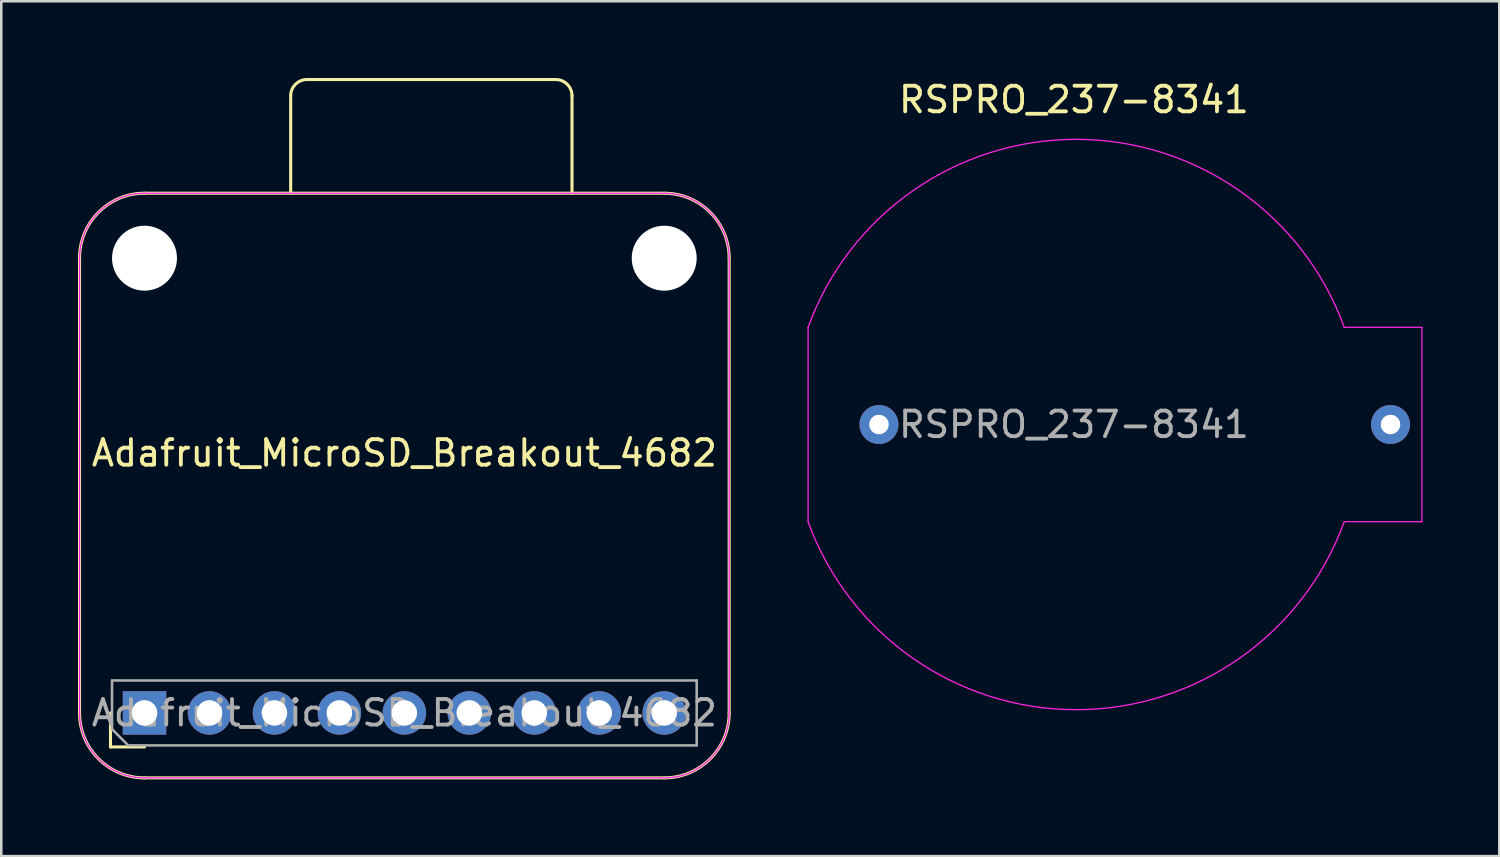
<source format=kicad_pcb>
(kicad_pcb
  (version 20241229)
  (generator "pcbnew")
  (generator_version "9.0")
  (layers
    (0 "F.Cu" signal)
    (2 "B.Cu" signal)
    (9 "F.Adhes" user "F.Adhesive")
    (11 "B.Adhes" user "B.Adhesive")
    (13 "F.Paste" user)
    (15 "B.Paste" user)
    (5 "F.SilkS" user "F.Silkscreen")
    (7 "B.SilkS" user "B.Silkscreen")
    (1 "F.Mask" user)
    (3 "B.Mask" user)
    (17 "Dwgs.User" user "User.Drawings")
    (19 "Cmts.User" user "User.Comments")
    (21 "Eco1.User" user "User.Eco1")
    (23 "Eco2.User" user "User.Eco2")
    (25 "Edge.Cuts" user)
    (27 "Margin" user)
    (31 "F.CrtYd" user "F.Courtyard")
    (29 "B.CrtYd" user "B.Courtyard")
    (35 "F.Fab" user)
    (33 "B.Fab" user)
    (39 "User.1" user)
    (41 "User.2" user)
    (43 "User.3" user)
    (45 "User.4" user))
  (footprint "Adafruit_MicroSD_Breakout_4682"
    (layer "F.Cu")
    (at 2.6 24.825)
    (property "Reference" "Adafruit_MicroSD_Breakout_4682" (at 10.16 -10.16 180) (layer "F.SilkS") (effects (font (size 1 1) (thickness 0.15))))
    (attr through_hole)
    (fp_line (start -2.54 -17.78) (end -2.54 0) (stroke (width 0.12) (type default)) (layer "F.SilkS"))
    (fp_line (start -1.33 1.33) (end -1.33 0) (stroke (width 0.12) (type solid)) (layer "F.SilkS"))
    (fp_line (start 0 1.33) (end -1.33 1.33) (stroke (width 0.12) (type solid)) (layer "F.SilkS"))
    (fp_line (start 0 2.54) (end 20.32 2.54) (stroke (width 0.12) (type default)) (layer "F.SilkS"))
    (fp_line (start 5.715 -20.32) (end 5.715 -24.13) (stroke (width 0.12) (type default)) (layer "F.SilkS"))
    (fp_line (start 6.35 -24.765) (end 16.08 -24.765) (stroke (width 0.12) (type default)) (layer "F.SilkS"))
    (fp_line (start 16.715 -24.13) (end 16.715 -20.32) (stroke (width 0.12) (type default)) (layer "F.SilkS"))
    (fp_line (start 20.32 -20.32) (end 0 -20.32) (stroke (width 0.12) (type default)) (layer "F.SilkS"))
    (fp_line (start 22.86 0) (end 22.86 -17.78) (stroke (width 0.12) (type default)) (layer "F.SilkS"))
    (fp_arc (start -2.54 -17.78) (mid -1.796051 -19.576051) (end 0 -20.32) (stroke (width 0.12) (type default)) (layer "F.SilkS"))
    (fp_arc (start 0 2.54) (mid -1.796051 1.796051) (end -2.54 0) (stroke (width 0.12) (type default)) (layer "F.SilkS"))
    (fp_arc (start 5.715 -24.13) (mid 5.900987 -24.579012) (end 6.35 -24.765) (stroke (width 0.12) (type default)) (layer "F.SilkS"))
    (fp_arc (start 16.08 -24.765) (mid 16.529012 -24.579013) (end 16.715 -24.13) (stroke (width 0.12) (type default)) (layer "F.SilkS"))
    (fp_arc (start 20.32 -20.32) (mid 22.116051 -19.576051) (end 22.86 -17.78) (stroke (width 0.12) (type default)) (layer "F.SilkS"))
    (fp_arc (start 22.86 0) (mid 22.116051 1.796051) (end 20.32 2.54) (stroke (width 0.12) (type default)) (layer "F.SilkS"))
    (fp_line (start -2.54 -17.78) (end -2.54 0) (stroke (width 0.05) (type solid)) (layer "F.CrtYd"))
    (fp_line (start 0 2.54) (end 20.32 2.54) (stroke (width 0.05) (type solid)) (layer "F.CrtYd"))
    (fp_line (start 20.32 -20.32) (end 0 -20.32) (stroke (width 0.05) (type solid)) (layer "F.CrtYd"))
    (fp_line (start 22.86 0) (end 22.86 -17.78) (stroke (width 0.05) (type solid)) (layer "F.CrtYd"))
    (fp_arc (start -2.54 -17.78) (mid -1.796051 -19.576051) (end 0 -20.32) (stroke (width 0.05) (type default)) (layer "F.CrtYd"))
    (fp_arc (start 0 2.54) (mid -1.796051 1.796051) (end -2.54 0) (stroke (width 0.05) (type default)) (layer "F.CrtYd"))
    (fp_arc (start 20.32 -20.32) (mid 22.116051 -19.576051) (end 22.86 -17.78) (stroke (width 0.05) (type default)) (layer "F.CrtYd"))
    (fp_arc (start 22.86 0) (mid 22.116051 1.796051) (end 20.32 2.54) (stroke (width 0.05) (type default)) (layer "F.CrtYd"))
    (fp_line (start -1.27 -1.27) (end 21.59 -1.27) (stroke (width 0.1) (type solid)) (layer "F.Fab"))
    (fp_line (start -1.27 0.635) (end -1.27 -1.27) (stroke (width 0.1) (type solid)) (layer "F.Fab"))
    (fp_line (start -0.635 1.27) (end -1.27 0.635) (stroke (width 0.1) (type solid)) (layer "F.Fab"))
    (fp_line (start 21.59 -1.27) (end 21.59 1.27) (stroke (width 0.1) (type solid)) (layer "F.Fab"))
    (fp_line (start 21.59 1.27) (end -0.635 1.27) (stroke (width 0.1) (type solid)) (layer "F.Fab"))
    (fp_text user "${REFERENCE}" (at 10.16 0 180) (layer "F.Fab") (effects (font (size 1 1) (thickness 0.15))))
    (pad "" np_thru_hole circle (at 0 -17.78) (size 2.54 2.54) (drill 2.54) (layers "*.Cu" "*.Mask"))
    (pad "" np_thru_hole circle (at 20.32 -17.78) (size 2.54 2.54) (drill 2.54) (layers "*.Cu" "*.Mask"))
    (pad "1" thru_hole rect (at 0 0 90) (size 1.7 1.7) (drill 1) (layers "*.Cu" "*.Mask"))
    (pad "2" thru_hole oval (at 2.54 0 90) (size 1.7 1.7) (drill 1) (layers "*.Cu" "*.Mask"))
    (pad "3" thru_hole oval (at 5.08 0 90) (size 1.7 1.7) (drill 1) (layers "*.Cu" "*.Mask"))
    (pad "4" thru_hole oval (at 7.62 0 90) (size 1.7 1.7) (drill 1) (layers "*.Cu" "*.Mask"))
    (pad "5" thru_hole oval (at 10.16 0 90) (size 1.7 1.7) (drill 1) (layers "*.Cu" "*.Mask"))
    (pad "6" thru_hole oval (at 12.7 0 90) (size 1.7 1.7) (drill 1) (layers "*.Cu" "*.Mask"))
    (pad "7" thru_hole oval (at 15.24 0 90) (size 1.7 1.7) (drill 1) (layers "*.Cu" "*.Mask"))
    (pad "8" thru_hole oval (at 17.78 0 90) (size 1.7 1.7) (drill 1) (layers "*.Cu" "*.Mask"))
    (pad "9" thru_hole oval (at 20.32 0 90) (size 1.7 1.7) (drill 1) (layers "*.Cu" "*.Mask")))
  (footprint "RSPRO_237-8341"
    (layer "F.Cu")
    (at 51.317 13.548)
    (property "Reference" "RSPRO_237-8341" (at -12.38 -12.7 0) (unlocked yes) (layer "F.SilkS") (effects (font (size 1 1) (thickness 0.15))))
    (attr through_hole)
    (fp_line (start -22.772 -3.8) (end -22.772 3.8) (stroke (width 0.05) (type default)) (layer "F.CrtYd"))
    (fp_line (start -1.808 -3.8) (end 1.228 -3.8) (stroke (width 0.05) (type default)) (layer "F.CrtYd"))
    (fp_line (start 1.228 3.8) (end -1.808 3.8) (stroke (width 0.05) (type default)) (layer "F.CrtYd"))
    (fp_line (start 1.228 3.8) (end 1.228 -3.8) (stroke (width 0.05) (type default)) (layer "F.CrtYd"))
    (fp_arc (start -22.772 -3.8) (mid -12.29 -11.149668) (end -1.808 -3.8) (stroke (width 0.05) (type default)) (layer "F.CrtYd"))
    (fp_arc (start -1.808 3.8) (mid -12.29 11.149668) (end -22.772 3.8) (stroke (width 0.05) (type default)) (layer "F.CrtYd"))
    (fp_text user "${REFERENCE}" (at -12.38 0 0) (unlocked yes) (layer "F.Fab") (effects (font (size 1 1) (thickness 0.15))))
    (pad "1" thru_hole circle (at 0 0) (size 1.524 1.524) (drill 0.762) (layers "*.Cu" "*.Mask"))
    (pad "2" thru_hole circle (at -20 0) (size 1.524 1.524) (drill 0.762) (layers "*.Cu" "*.Mask")))
  (gr_rect
    (start -3 -3)
    (end 55.57 30.425)
    (stroke (width 0.1) (type default))
    (fill no)
    (layer "Edge.Cuts")))
</source>
